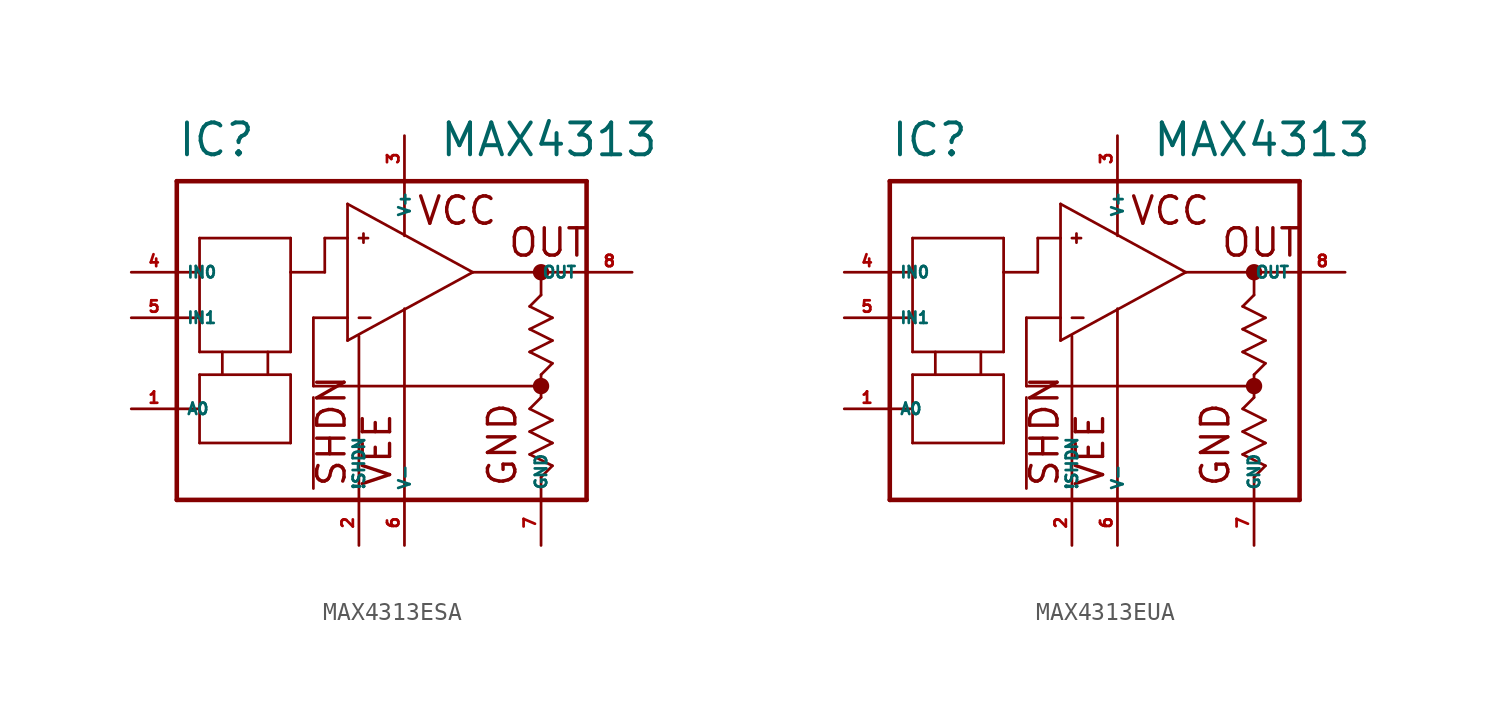
<source format=kicad_sym>
(kicad_symbol_lib
  (version 20220914)
  (generator Eagle2Kicad)
  (symbol "MAX4313ESA"
    (property "Reference" "IC"
      (at -10.16 11.43 0)
      (effects (font (size 1.778 1.778) (thickness 0.22)) (justify left bottom)))
    (property "Value" "MAX4313"
      (at 4.445 11.43 0)
      (effects (font (size 1.778 1.778) (thickness 0.22)) (justify left bottom)))
    (polyline
      (pts (xy 6.35 5.08) (xy -0.635 8.89))
      (stroke (width 0.152) (type default))
      (fill (type none)))
    (polyline
      (pts (xy -0.635 8.89) (xy -0.635 6.985))
      (stroke (width 0.152) (type default))
      (fill (type none)))
    (polyline
      (pts (xy -0.635 6.985) (xy -0.635 2.54))
      (stroke (width 0.152) (type default))
      (fill (type none)))
    (polyline
      (pts (xy -0.635 2.54) (xy -0.635 1.27))
      (stroke (width 0.152) (type default))
      (fill (type none)))
    (polyline
      (pts (xy -0.635 1.27) (xy 6.35 5.08))
      (stroke (width 0.152) (type default))
      (fill (type none)))
    (polyline
      (pts (xy -10.16 10.16) (xy -10.16 5.08))
      (stroke (width 0.254) (type default))
      (fill (type none)))
    (polyline
      (pts (xy -10.16 5.08) (xy -10.16 2.54))
      (stroke (width 0.254) (type default))
      (fill (type none)))
    (polyline
      (pts (xy -10.16 2.54) (xy -10.16 -2.54))
      (stroke (width 0.254) (type default))
      (fill (type none)))
    (polyline
      (pts (xy -10.16 -2.54) (xy -10.16 -7.62))
      (stroke (width 0.254) (type default))
      (fill (type none)))
    (polyline
      (pts (xy -10.16 -7.62) (xy 0 -7.62))
      (stroke (width 0.254) (type default))
      (fill (type none)))
    (polyline
      (pts (xy 0 -7.62) (xy 2.54 -7.62))
      (stroke (width 0.254) (type default))
      (fill (type none)))
    (polyline
      (pts (xy 2.54 -7.62) (xy 10.16 -7.62))
      (stroke (width 0.254) (type default))
      (fill (type none)))
    (polyline
      (pts (xy 10.16 -7.62) (xy 12.7 -7.62))
      (stroke (width 0.254) (type default))
      (fill (type none)))
    (polyline
      (pts (xy 12.7 -7.62) (xy 12.7 5.08))
      (stroke (width 0.254) (type default))
      (fill (type none)))
    (polyline
      (pts (xy 12.7 5.08) (xy 12.7 10.16))
      (stroke (width 0.254) (type default))
      (fill (type none)))
    (polyline
      (pts (xy 12.7 10.16) (xy 2.54 10.16))
      (stroke (width 0.254) (type default))
      (fill (type none)))
    (polyline
      (pts (xy 2.54 10.16) (xy -10.16 10.16))
      (stroke (width 0.254) (type default))
      (fill (type none)))
    (polyline
      (pts (xy -10.16 5.08) (xy -8.89 5.08))
      (stroke (width 0.152) (type default))
      (fill (type none)))
    (polyline
      (pts (xy -8.89 5.08) (xy -8.89 6.985))
      (stroke (width 0.152) (type default))
      (fill (type none)))
    (polyline
      (pts (xy -8.89 6.985) (xy -3.81 6.985))
      (stroke (width 0.152) (type default))
      (fill (type none)))
    (polyline
      (pts (xy -3.81 6.985) (xy -3.81 5.08))
      (stroke (width 0.152) (type default))
      (fill (type none)))
    (polyline
      (pts (xy -3.81 5.08) (xy -3.81 0.635))
      (stroke (width 0.152) (type default))
      (fill (type none)))
    (polyline
      (pts (xy -8.89 0.635) (xy -8.89 2.54))
      (stroke (width 0.152) (type default))
      (fill (type none)))
    (polyline
      (pts (xy -8.89 2.54) (xy -8.89 5.08))
      (stroke (width 0.152) (type default))
      (fill (type none)))
    (polyline
      (pts (xy -10.16 2.54) (xy -8.89 2.54))
      (stroke (width 0.152) (type default))
      (fill (type none)))
    (polyline
      (pts (xy 6.35 5.08) (xy 10.16 5.08))
      (stroke (width 0.152) (type default))
      (fill (type none)))
    (polyline
      (pts (xy 10.16 5.08) (xy 12.7 5.08))
      (stroke (width 0.152) (type default))
      (fill (type none)))
    (polyline
      (pts (xy 10.16 5.08) (xy 10.16 3.81))
      (stroke (width 0.152) (type default))
      (fill (type none)))
    (polyline
      (pts (xy 10.16 3.81) (xy 9.525 3.175))
      (stroke (width 0.152) (type default))
      (fill (type none)))
    (polyline
      (pts (xy 9.525 3.175) (xy 10.795 2.54))
      (stroke (width 0.152) (type default))
      (fill (type none)))
    (polyline
      (pts (xy 10.795 2.54) (xy 9.525 1.905))
      (stroke (width 0.152) (type default))
      (fill (type none)))
    (polyline
      (pts (xy 9.525 1.905) (xy 10.795 1.27))
      (stroke (width 0.152) (type default))
      (fill (type none)))
    (polyline
      (pts (xy 10.795 1.27) (xy 9.525 0.635))
      (stroke (width 0.152) (type default))
      (fill (type none)))
    (polyline
      (pts (xy 10.795 -3.175) (xy 9.525 -3.81))
      (stroke (width 0.152) (type default))
      (fill (type none)))
    (polyline
      (pts (xy 9.525 -3.81) (xy 10.795 -4.445))
      (stroke (width 0.152) (type default))
      (fill (type none)))
    (polyline
      (pts (xy 10.795 -4.445) (xy 9.525 -5.08))
      (stroke (width 0.152) (type default))
      (fill (type none)))
    (polyline
      (pts (xy 9.525 -5.08) (xy 10.795 -5.715))
      (stroke (width 0.152) (type default))
      (fill (type none)))
    (polyline
      (pts (xy 10.795 -5.715) (xy 10.16 -6.35))
      (stroke (width 0.152) (type default))
      (fill (type none)))
    (polyline
      (pts (xy 10.16 -6.35) (xy 10.16 -7.62))
      (stroke (width 0.152) (type default))
      (fill (type none)))
    (polyline
      (pts (xy 9.525 0.635) (xy 10.795 0))
      (stroke (width 0.152) (type default))
      (fill (type none)))
    (polyline
      (pts (xy 10.795 0) (xy 10.16 -0.635))
      (stroke (width 0.152) (type default))
      (fill (type none)))
    (polyline
      (pts (xy 10.795 -3.175) (xy 9.525 -2.54))
      (stroke (width 0.152) (type default))
      (fill (type none)))
    (polyline
      (pts (xy 9.525 -2.54) (xy 10.16 -1.905))
      (stroke (width 0.152) (type default))
      (fill (type none)))
    (polyline
      (pts (xy 10.16 -1.905) (xy 10.16 -1.27))
      (stroke (width 0.152) (type default))
      (fill (type none)))
    (polyline
      (pts (xy 10.16 -1.27) (xy 10.16 -0.635))
      (stroke (width 0.152) (type default))
      (fill (type none)))
    (polyline
      (pts (xy 10.16 -1.27) (xy -2.54 -1.27))
      (stroke (width 0.152) (type default))
      (fill (type none)))
    (polyline
      (pts (xy -2.54 -1.27) (xy -2.54 2.54))
      (stroke (width 0.152) (type default))
      (fill (type none)))
    (polyline
      (pts (xy -2.54 2.54) (xy -0.635 2.54))
      (stroke (width 0.152) (type default))
      (fill (type none)))
    (polyline
      (pts (xy -0.635 6.985) (xy -1.905 6.985))
      (stroke (width 0.152) (type default))
      (fill (type none)))
    (polyline
      (pts (xy -1.905 6.985) (xy -1.905 5.08))
      (stroke (width 0.152) (type default))
      (fill (type none)))
    (polyline
      (pts (xy -1.905 5.08) (xy -3.81 5.08))
      (stroke (width 0.152) (type default))
      (fill (type none)))
    (polyline
      (pts (xy 0 2.54) (xy 0.635 2.54))
      (stroke (width 0.152) (type default))
      (fill (type none)))
    (polyline
      (pts (xy 0 6.985) (xy 0.508 6.985))
      (stroke (width 0.152) (type default))
      (fill (type none)))
    (polyline
      (pts (xy 0.254 7.239) (xy 0.254 6.731))
      (stroke (width 0.152) (type default))
      (fill (type none)))
    (polyline
      (pts (xy 0 -7.62) (xy 0 1.524))
      (stroke (width 0.152) (type default))
      (fill (type none)))
    (polyline
      (pts (xy 2.54 10.16) (xy 2.54 7.112))
      (stroke (width 0.152) (type default))
      (fill (type none)))
    (polyline
      (pts (xy 2.54 -7.62) (xy 2.54 3.048))
      (stroke (width 0.152) (type default))
      (fill (type none)))
    (polyline
      (pts (xy -5.08 0.635) (xy -5.08 -0.635))
      (stroke (width 0.152) (type default))
      (fill (type none)))
    (polyline
      (pts (xy -7.62 0.635) (xy -7.62 -0.635))
      (stroke (width 0.152) (type default))
      (fill (type none)))
    (polyline
      (pts (xy -8.89 -4.445) (xy -8.89 -2.54))
      (stroke (width 0.152) (type default))
      (fill (type none)))
    (polyline
      (pts (xy -8.89 -2.54) (xy -8.89 -0.635))
      (stroke (width 0.152) (type default))
      (fill (type none)))
    (polyline
      (pts (xy -8.89 -0.635) (xy -3.81 -0.635))
      (stroke (width 0.152) (type default))
      (fill (type none)))
    (polyline
      (pts (xy -3.81 -4.445) (xy -3.81 -0.635))
      (stroke (width 0.152) (type default))
      (fill (type none)))
    (polyline
      (pts (xy -8.89 0.635) (xy -3.81 0.635))
      (stroke (width 0.152) (type default))
      (fill (type none)))
    (polyline
      (pts (xy -8.89 -4.445) (xy -3.81 -4.445))
      (stroke (width 0.152) (type default))
      (fill (type none)))
    (polyline
      (pts (xy -10.16 -2.54) (xy -8.89 -2.54))
      (stroke (width 0.152) (type default))
      (fill (type none)))
    (polyline
      (pts (xy -2.54 -1.905) (xy -2.54 -6.985))
      (stroke (width 0.152) (type default))
      (fill (type none)))
    (text "VEE"
      (at 1.905 -6.985 900)
      (effects (font (size 1.524 1.524) (thickness 0.19)) (justify left bottom)))
    (text "SHDN"
      (at -0.635 -6.985 900)
      (effects (font (size 1.524 1.524) (thickness 0.19)) (justify left bottom)))
    (text "GND"
      (at 8.89 -6.985 900)
      (effects (font (size 1.524 1.524) (thickness 0.19)) (justify left bottom)))
    (text "VCC"
      (at 3.175 7.62 0)
      (effects (font (size 1.524 1.524) (thickness 0.19)) (justify left bottom)))
    (text "OUT"
      (at 8.255 5.842 0)
      (effects (font (size 1.524 1.524) (thickness 0.19)) (justify left bottom)))
    (circle
      (center 10.16 5.08)
      (radius 0.254)
      (stroke (width 0.406) (type default))
      (fill (type none)))
    (circle
      (center 10.16 -1.27)
      (radius 0.254)
      (stroke (width 0.406) (type default))
      (fill (type none)))
    (pin input line
      (at -12.7 2.54 0)
      (length 2.54)
      (name "IN1" (effects (font (size 0.635 0.635) (thickness 0.08)) (justify left bottom)))
      (number "5" (effects (font (size 0.635 0.635) (thickness 0.08)) (justify left bottom))))
    (pin input line
      (at -12.7 5.08 0)
      (length 2.54)
      (name "IN0" (effects (font (size 0.635 0.635) (thickness 0.08)) (justify left bottom)))
      (number "4" (effects (font (size 0.635 0.635) (thickness 0.08)) (justify left bottom))))
    (pin output line
      (at 15.24 5.08 180)
      (length 2.54)
      (name "OUT" (effects (font (size 0.635 0.635) (thickness 0.08)) (justify left bottom)))
      (number "8" (effects (font (size 0.635 0.635) (thickness 0.08)) (justify left bottom))))
    (pin passive line
      (at 0 -10.16 90)
      (length 2.54)
      (name "!SHDN" (effects (font (size 0.635 0.635) (thickness 0.08)) (justify left bottom)))
      (number "2" (effects (font (size 0.635 0.635) (thickness 0.08)) (justify left bottom))))
    (pin unspecified line
      (at 2.54 12.7 270)
      (length 2.54)
      (name "V+" (effects (font (size 0.635 0.635) (thickness 0.08)) (justify left bottom)))
      (number "3" (effects (font (size 0.635 0.635) (thickness 0.08)) (justify left bottom))))
    (pin unspecified line
      (at 2.54 -10.16 90)
      (length 2.54)
      (name "V-" (effects (font (size 0.635 0.635) (thickness 0.08)) (justify left bottom)))
      (number "6" (effects (font (size 0.635 0.635) (thickness 0.08)) (justify left bottom))))
    (pin unspecified line
      (at 10.16 -10.16 90)
      (length 2.54)
      (name "GND" (effects (font (size 0.635 0.635) (thickness 0.08)) (justify left bottom)))
      (number "7" (effects (font (size 0.635 0.635) (thickness 0.08)) (justify left bottom))))
    (pin input line
      (at -12.7 -2.54 0)
      (length 2.54)
      (name "A0" (effects (font (size 0.635 0.635) (thickness 0.08)) (justify left bottom)))
      (number "1" (effects (font (size 0.635 0.635) (thickness 0.08)) (justify left bottom)))))
  (symbol "MAX4313EUA"
    (property "Reference" "IC"
      (at -10.16 11.43 0)
      (effects (font (size 1.778 1.778) (thickness 0.22)) (justify left bottom)))
    (property "Value" "MAX4313"
      (at 4.445 11.43 0)
      (effects (font (size 1.778 1.778) (thickness 0.22)) (justify left bottom)))
    (polyline
      (pts (xy 6.35 5.08) (xy -0.635 8.89))
      (stroke (width 0.152) (type default))
      (fill (type none)))
    (polyline
      (pts (xy -0.635 8.89) (xy -0.635 6.985))
      (stroke (width 0.152) (type default))
      (fill (type none)))
    (polyline
      (pts (xy -0.635 6.985) (xy -0.635 2.54))
      (stroke (width 0.152) (type default))
      (fill (type none)))
    (polyline
      (pts (xy -0.635 2.54) (xy -0.635 1.27))
      (stroke (width 0.152) (type default))
      (fill (type none)))
    (polyline
      (pts (xy -0.635 1.27) (xy 6.35 5.08))
      (stroke (width 0.152) (type default))
      (fill (type none)))
    (polyline
      (pts (xy -10.16 10.16) (xy -10.16 5.08))
      (stroke (width 0.254) (type default))
      (fill (type none)))
    (polyline
      (pts (xy -10.16 5.08) (xy -10.16 2.54))
      (stroke (width 0.254) (type default))
      (fill (type none)))
    (polyline
      (pts (xy -10.16 2.54) (xy -10.16 -2.54))
      (stroke (width 0.254) (type default))
      (fill (type none)))
    (polyline
      (pts (xy -10.16 -2.54) (xy -10.16 -7.62))
      (stroke (width 0.254) (type default))
      (fill (type none)))
    (polyline
      (pts (xy -10.16 -7.62) (xy 0 -7.62))
      (stroke (width 0.254) (type default))
      (fill (type none)))
    (polyline
      (pts (xy 0 -7.62) (xy 2.54 -7.62))
      (stroke (width 0.254) (type default))
      (fill (type none)))
    (polyline
      (pts (xy 2.54 -7.62) (xy 10.16 -7.62))
      (stroke (width 0.254) (type default))
      (fill (type none)))
    (polyline
      (pts (xy 10.16 -7.62) (xy 12.7 -7.62))
      (stroke (width 0.254) (type default))
      (fill (type none)))
    (polyline
      (pts (xy 12.7 -7.62) (xy 12.7 5.08))
      (stroke (width 0.254) (type default))
      (fill (type none)))
    (polyline
      (pts (xy 12.7 5.08) (xy 12.7 10.16))
      (stroke (width 0.254) (type default))
      (fill (type none)))
    (polyline
      (pts (xy 12.7 10.16) (xy 2.54 10.16))
      (stroke (width 0.254) (type default))
      (fill (type none)))
    (polyline
      (pts (xy 2.54 10.16) (xy -10.16 10.16))
      (stroke (width 0.254) (type default))
      (fill (type none)))
    (polyline
      (pts (xy -10.16 5.08) (xy -8.89 5.08))
      (stroke (width 0.152) (type default))
      (fill (type none)))
    (polyline
      (pts (xy -8.89 5.08) (xy -8.89 6.985))
      (stroke (width 0.152) (type default))
      (fill (type none)))
    (polyline
      (pts (xy -8.89 6.985) (xy -3.81 6.985))
      (stroke (width 0.152) (type default))
      (fill (type none)))
    (polyline
      (pts (xy -3.81 6.985) (xy -3.81 5.08))
      (stroke (width 0.152) (type default))
      (fill (type none)))
    (polyline
      (pts (xy -3.81 5.08) (xy -3.81 0.635))
      (stroke (width 0.152) (type default))
      (fill (type none)))
    (polyline
      (pts (xy -8.89 0.635) (xy -8.89 2.54))
      (stroke (width 0.152) (type default))
      (fill (type none)))
    (polyline
      (pts (xy -8.89 2.54) (xy -8.89 5.08))
      (stroke (width 0.152) (type default))
      (fill (type none)))
    (polyline
      (pts (xy -10.16 2.54) (xy -8.89 2.54))
      (stroke (width 0.152) (type default))
      (fill (type none)))
    (polyline
      (pts (xy 6.35 5.08) (xy 10.16 5.08))
      (stroke (width 0.152) (type default))
      (fill (type none)))
    (polyline
      (pts (xy 10.16 5.08) (xy 12.7 5.08))
      (stroke (width 0.152) (type default))
      (fill (type none)))
    (polyline
      (pts (xy 10.16 5.08) (xy 10.16 3.81))
      (stroke (width 0.152) (type default))
      (fill (type none)))
    (polyline
      (pts (xy 10.16 3.81) (xy 9.525 3.175))
      (stroke (width 0.152) (type default))
      (fill (type none)))
    (polyline
      (pts (xy 9.525 3.175) (xy 10.795 2.54))
      (stroke (width 0.152) (type default))
      (fill (type none)))
    (polyline
      (pts (xy 10.795 2.54) (xy 9.525 1.905))
      (stroke (width 0.152) (type default))
      (fill (type none)))
    (polyline
      (pts (xy 9.525 1.905) (xy 10.795 1.27))
      (stroke (width 0.152) (type default))
      (fill (type none)))
    (polyline
      (pts (xy 10.795 1.27) (xy 9.525 0.635))
      (stroke (width 0.152) (type default))
      (fill (type none)))
    (polyline
      (pts (xy 10.795 -3.175) (xy 9.525 -3.81))
      (stroke (width 0.152) (type default))
      (fill (type none)))
    (polyline
      (pts (xy 9.525 -3.81) (xy 10.795 -4.445))
      (stroke (width 0.152) (type default))
      (fill (type none)))
    (polyline
      (pts (xy 10.795 -4.445) (xy 9.525 -5.08))
      (stroke (width 0.152) (type default))
      (fill (type none)))
    (polyline
      (pts (xy 9.525 -5.08) (xy 10.795 -5.715))
      (stroke (width 0.152) (type default))
      (fill (type none)))
    (polyline
      (pts (xy 10.795 -5.715) (xy 10.16 -6.35))
      (stroke (width 0.152) (type default))
      (fill (type none)))
    (polyline
      (pts (xy 10.16 -6.35) (xy 10.16 -7.62))
      (stroke (width 0.152) (type default))
      (fill (type none)))
    (polyline
      (pts (xy 9.525 0.635) (xy 10.795 0))
      (stroke (width 0.152) (type default))
      (fill (type none)))
    (polyline
      (pts (xy 10.795 0) (xy 10.16 -0.635))
      (stroke (width 0.152) (type default))
      (fill (type none)))
    (polyline
      (pts (xy 10.795 -3.175) (xy 9.525 -2.54))
      (stroke (width 0.152) (type default))
      (fill (type none)))
    (polyline
      (pts (xy 9.525 -2.54) (xy 10.16 -1.905))
      (stroke (width 0.152) (type default))
      (fill (type none)))
    (polyline
      (pts (xy 10.16 -1.905) (xy 10.16 -1.27))
      (stroke (width 0.152) (type default))
      (fill (type none)))
    (polyline
      (pts (xy 10.16 -1.27) (xy 10.16 -0.635))
      (stroke (width 0.152) (type default))
      (fill (type none)))
    (polyline
      (pts (xy 10.16 -1.27) (xy -2.54 -1.27))
      (stroke (width 0.152) (type default))
      (fill (type none)))
    (polyline
      (pts (xy -2.54 -1.27) (xy -2.54 2.54))
      (stroke (width 0.152) (type default))
      (fill (type none)))
    (polyline
      (pts (xy -2.54 2.54) (xy -0.635 2.54))
      (stroke (width 0.152) (type default))
      (fill (type none)))
    (polyline
      (pts (xy -0.635 6.985) (xy -1.905 6.985))
      (stroke (width 0.152) (type default))
      (fill (type none)))
    (polyline
      (pts (xy -1.905 6.985) (xy -1.905 5.08))
      (stroke (width 0.152) (type default))
      (fill (type none)))
    (polyline
      (pts (xy -1.905 5.08) (xy -3.81 5.08))
      (stroke (width 0.152) (type default))
      (fill (type none)))
    (polyline
      (pts (xy 0 2.54) (xy 0.635 2.54))
      (stroke (width 0.152) (type default))
      (fill (type none)))
    (polyline
      (pts (xy 0 6.985) (xy 0.508 6.985))
      (stroke (width 0.152) (type default))
      (fill (type none)))
    (polyline
      (pts (xy 0.254 7.239) (xy 0.254 6.731))
      (stroke (width 0.152) (type default))
      (fill (type none)))
    (polyline
      (pts (xy 0 -7.62) (xy 0 1.524))
      (stroke (width 0.152) (type default))
      (fill (type none)))
    (polyline
      (pts (xy 2.54 10.16) (xy 2.54 7.112))
      (stroke (width 0.152) (type default))
      (fill (type none)))
    (polyline
      (pts (xy 2.54 -7.62) (xy 2.54 3.048))
      (stroke (width 0.152) (type default))
      (fill (type none)))
    (polyline
      (pts (xy -5.08 0.635) (xy -5.08 -0.635))
      (stroke (width 0.152) (type default))
      (fill (type none)))
    (polyline
      (pts (xy -7.62 0.635) (xy -7.62 -0.635))
      (stroke (width 0.152) (type default))
      (fill (type none)))
    (polyline
      (pts (xy -8.89 -4.445) (xy -8.89 -2.54))
      (stroke (width 0.152) (type default))
      (fill (type none)))
    (polyline
      (pts (xy -8.89 -2.54) (xy -8.89 -0.635))
      (stroke (width 0.152) (type default))
      (fill (type none)))
    (polyline
      (pts (xy -8.89 -0.635) (xy -3.81 -0.635))
      (stroke (width 0.152) (type default))
      (fill (type none)))
    (polyline
      (pts (xy -3.81 -4.445) (xy -3.81 -0.635))
      (stroke (width 0.152) (type default))
      (fill (type none)))
    (polyline
      (pts (xy -8.89 0.635) (xy -3.81 0.635))
      (stroke (width 0.152) (type default))
      (fill (type none)))
    (polyline
      (pts (xy -8.89 -4.445) (xy -3.81 -4.445))
      (stroke (width 0.152) (type default))
      (fill (type none)))
    (polyline
      (pts (xy -10.16 -2.54) (xy -8.89 -2.54))
      (stroke (width 0.152) (type default))
      (fill (type none)))
    (polyline
      (pts (xy -2.54 -1.905) (xy -2.54 -6.985))
      (stroke (width 0.152) (type default))
      (fill (type none)))
    (text "VEE"
      (at 1.905 -6.985 900)
      (effects (font (size 1.524 1.524) (thickness 0.19)) (justify left bottom)))
    (text "SHDN"
      (at -0.635 -6.985 900)
      (effects (font (size 1.524 1.524) (thickness 0.19)) (justify left bottom)))
    (text "GND"
      (at 8.89 -6.985 900)
      (effects (font (size 1.524 1.524) (thickness 0.19)) (justify left bottom)))
    (text "VCC"
      (at 3.175 7.62 0)
      (effects (font (size 1.524 1.524) (thickness 0.19)) (justify left bottom)))
    (text "OUT"
      (at 8.255 5.842 0)
      (effects (font (size 1.524 1.524) (thickness 0.19)) (justify left bottom)))
    (circle
      (center 10.16 5.08)
      (radius 0.254)
      (stroke (width 0.406) (type default))
      (fill (type none)))
    (circle
      (center 10.16 -1.27)
      (radius 0.254)
      (stroke (width 0.406) (type default))
      (fill (type none)))
    (pin input line
      (at -12.7 2.54 0)
      (length 2.54)
      (name "IN1" (effects (font (size 0.635 0.635) (thickness 0.08)) (justify left bottom)))
      (number "5" (effects (font (size 0.635 0.635) (thickness 0.08)) (justify left bottom))))
    (pin input line
      (at -12.7 5.08 0)
      (length 2.54)
      (name "IN0" (effects (font (size 0.635 0.635) (thickness 0.08)) (justify left bottom)))
      (number "4" (effects (font (size 0.635 0.635) (thickness 0.08)) (justify left bottom))))
    (pin output line
      (at 15.24 5.08 180)
      (length 2.54)
      (name "OUT" (effects (font (size 0.635 0.635) (thickness 0.08)) (justify left bottom)))
      (number "8" (effects (font (size 0.635 0.635) (thickness 0.08)) (justify left bottom))))
    (pin passive line
      (at 0 -10.16 90)
      (length 2.54)
      (name "!SHDN" (effects (font (size 0.635 0.635) (thickness 0.08)) (justify left bottom)))
      (number "2" (effects (font (size 0.635 0.635) (thickness 0.08)) (justify left bottom))))
    (pin unspecified line
      (at 2.54 12.7 270)
      (length 2.54)
      (name "V+" (effects (font (size 0.635 0.635) (thickness 0.08)) (justify left bottom)))
      (number "3" (effects (font (size 0.635 0.635) (thickness 0.08)) (justify left bottom))))
    (pin unspecified line
      (at 2.54 -10.16 90)
      (length 2.54)
      (name "V-" (effects (font (size 0.635 0.635) (thickness 0.08)) (justify left bottom)))
      (number "6" (effects (font (size 0.635 0.635) (thickness 0.08)) (justify left bottom))))
    (pin unspecified line
      (at 10.16 -10.16 90)
      (length 2.54)
      (name "GND" (effects (font (size 0.635 0.635) (thickness 0.08)) (justify left bottom)))
      (number "7" (effects (font (size 0.635 0.635) (thickness 0.08)) (justify left bottom))))
    (pin input line
      (at -12.7 -2.54 0)
      (length 2.54)
      (name "A0" (effects (font (size 0.635 0.635) (thickness 0.08)) (justify left bottom)))
      (number "1" (effects (font (size 0.635 0.635) (thickness 0.08)) (justify left bottom))))))
</source>
